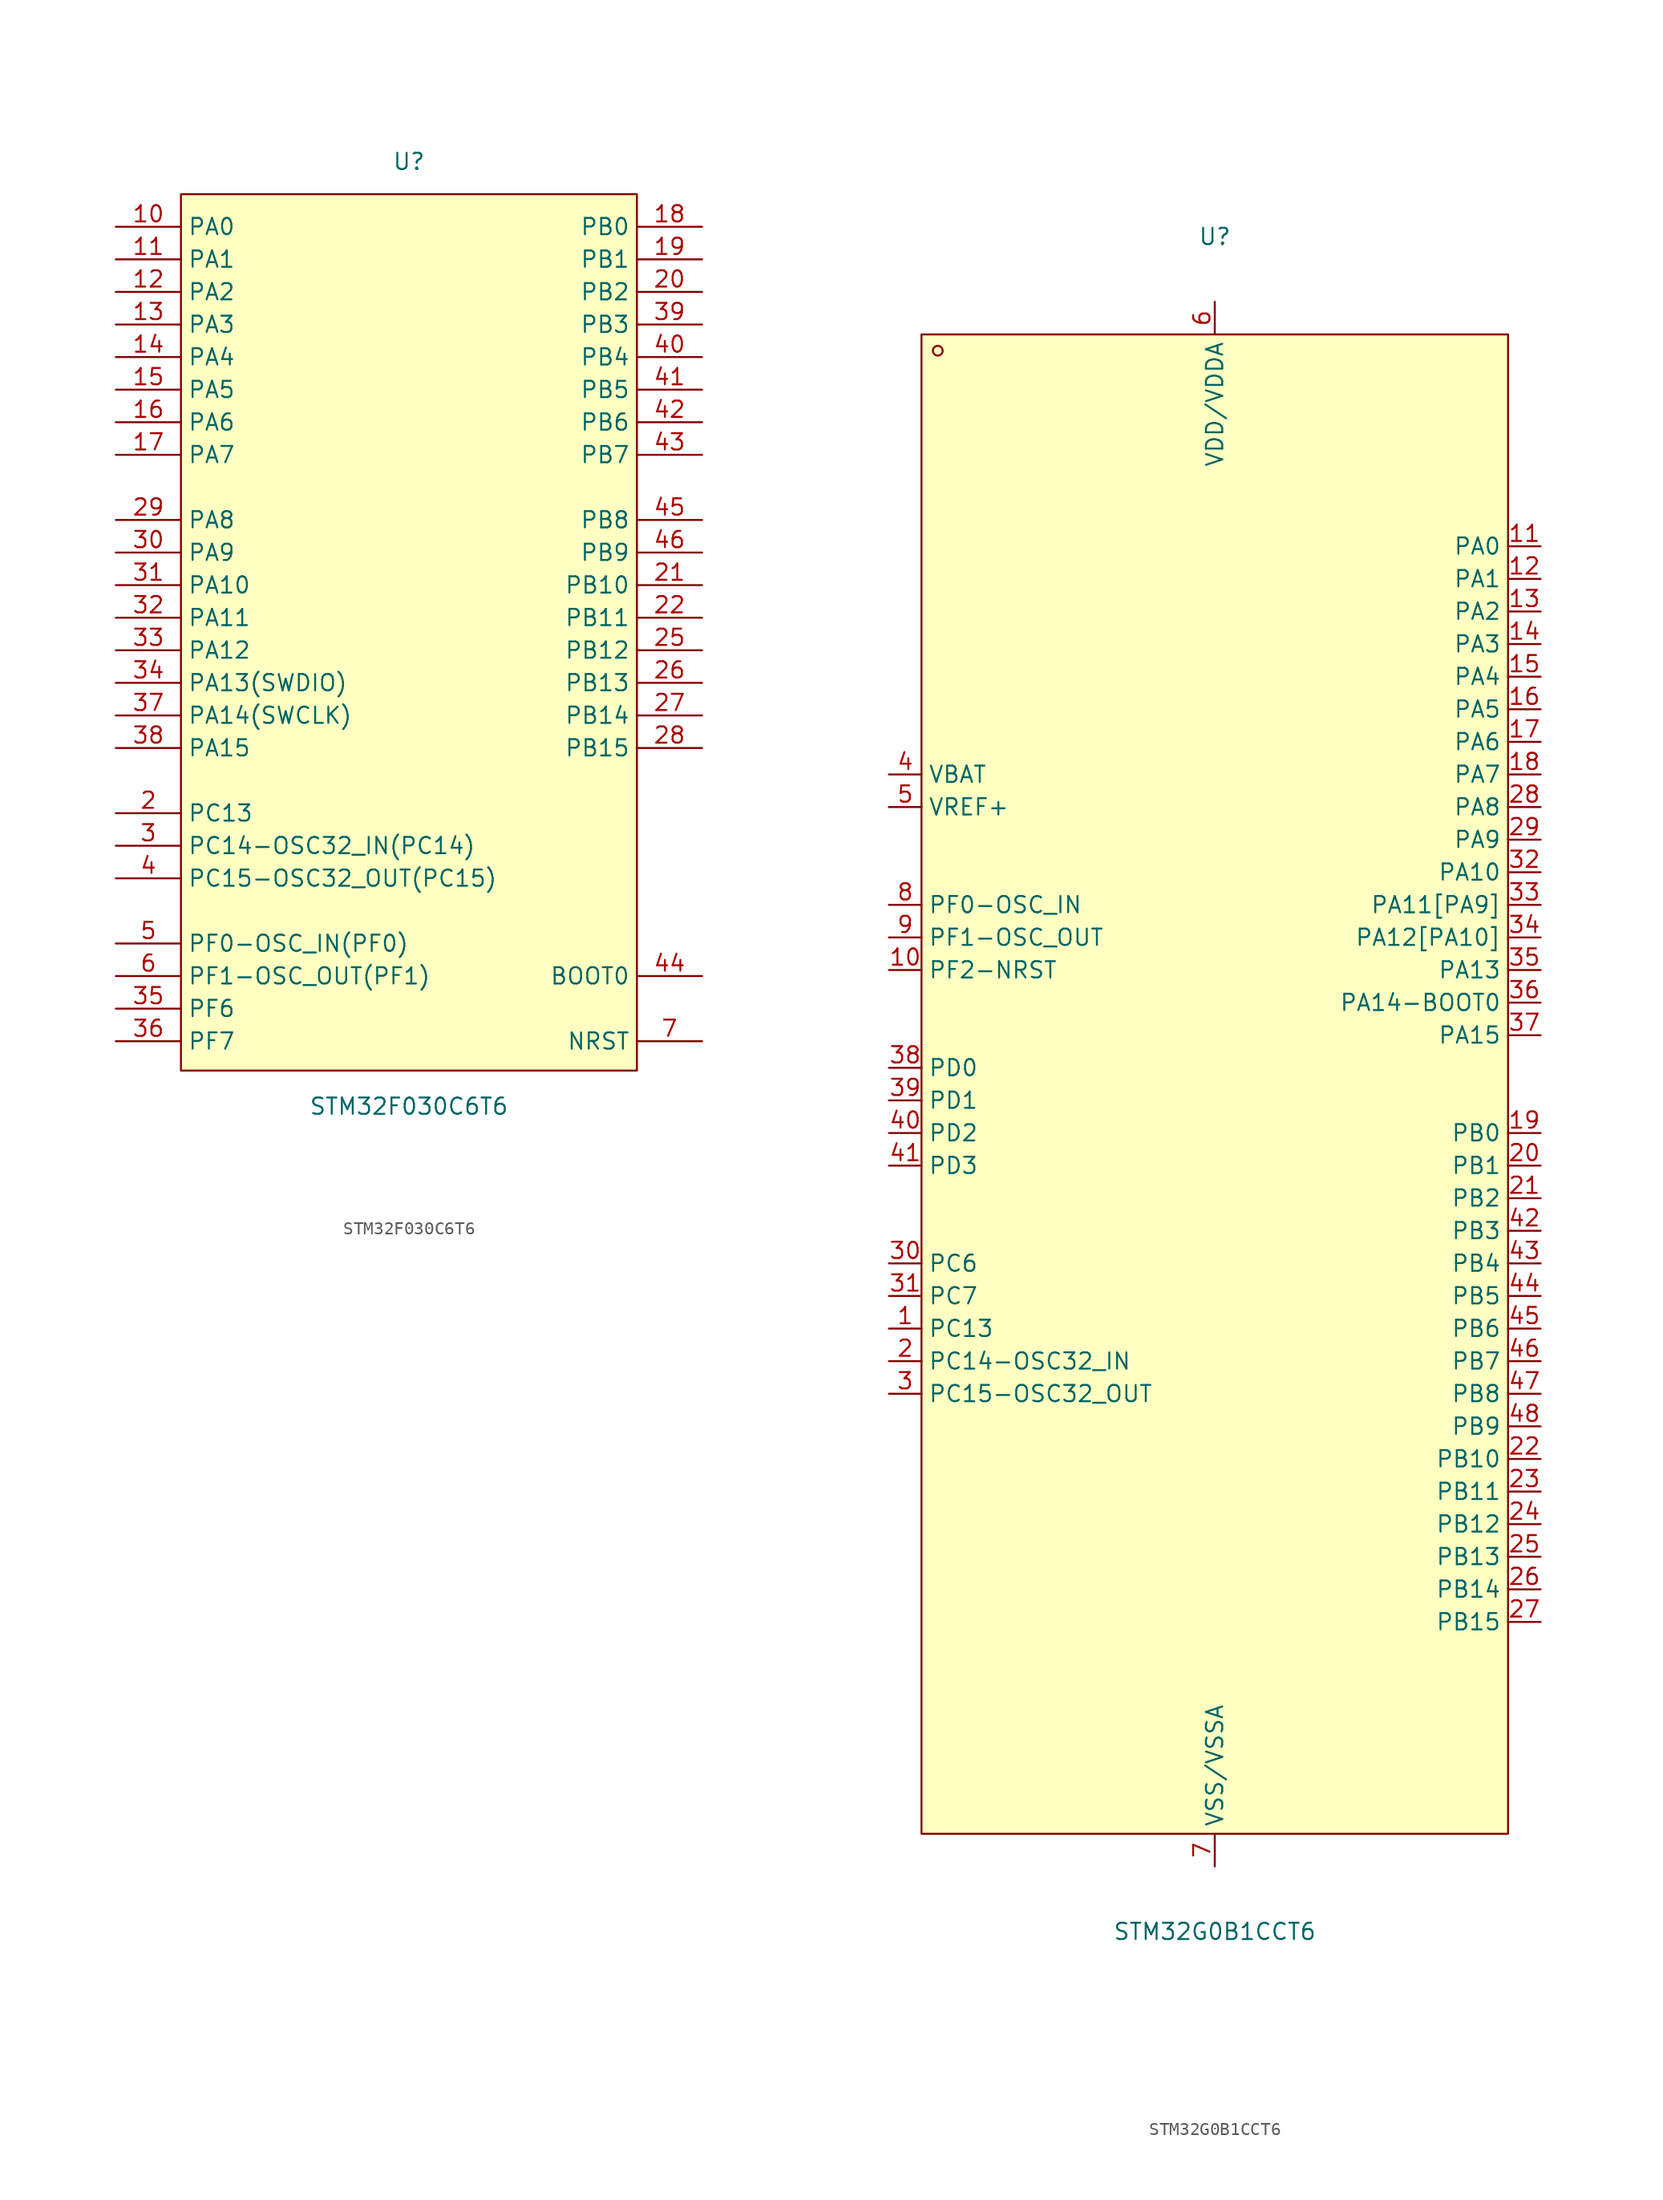
<source format=kicad_sym>
(kicad_symbol_lib
  (version 20211014)
  (generator https://github.com/uPesy/easyeda2kicad.py)
  (symbol "STM32F030C6T6"
    (property "Reference" "U"
      (at 0 36.83 0)
      (effects (font (size 1.27 1.27))))
    (property "Value" "STM32F030C6T6"
      (at 0 -36.83 0)
      (effects (font (size 1.27 1.27))))
    (symbol "STM32F030C6T6_0_1"
      (rectangle (start -17.78 34.29) (end 17.78 -34.04) (stroke (width 0) (type default) (color 0 0 0 0)) (fill (type background)))
      (pin bidirectional line (at -22.86 31.75 0) (length 5.08) (name "PA0" (effects (font (size 1.27 1.27)))) (number "10" (effects (font (size 1.27 1.27)))))
      (pin bidirectional line (at -22.86 29.21 0) (length 5.08) (name "PA1" (effects (font (size 1.27 1.27)))) (number "11" (effects (font (size 1.27 1.27)))))
      (pin bidirectional line (at -22.86 26.67 0) (length 5.08) (name "PA2" (effects (font (size 1.27 1.27)))) (number "12" (effects (font (size 1.27 1.27)))))
      (pin bidirectional line (at -22.86 24.13 0) (length 5.08) (name "PA3" (effects (font (size 1.27 1.27)))) (number "13" (effects (font (size 1.27 1.27)))))
      (pin bidirectional line (at -22.86 21.59 0) (length 5.08) (name "PA4" (effects (font (size 1.27 1.27)))) (number "14" (effects (font (size 1.27 1.27)))))
      (pin bidirectional line (at -22.86 19.05 0) (length 5.08) (name "PA5" (effects (font (size 1.27 1.27)))) (number "15" (effects (font (size 1.27 1.27)))))
      (pin bidirectional line (at -22.86 16.51 0) (length 5.08) (name "PA6" (effects (font (size 1.27 1.27)))) (number "16" (effects (font (size 1.27 1.27)))))
      (pin bidirectional line (at -22.86 13.97 0) (length 5.08) (name "PA7" (effects (font (size 1.27 1.27)))) (number "17" (effects (font (size 1.27 1.27)))))
      (pin bidirectional line (at -22.86 8.89 0) (length 5.08) (name "PA8" (effects (font (size 1.27 1.27)))) (number "29" (effects (font (size 1.27 1.27)))))
      (pin bidirectional line (at -22.86 6.35 0) (length 5.08) (name "PA9" (effects (font (size 1.27 1.27)))) (number "30" (effects (font (size 1.27 1.27)))))
      (pin bidirectional line (at -22.86 3.81 0) (length 5.08) (name "PA10" (effects (font (size 1.27 1.27)))) (number "31" (effects (font (size 1.27 1.27)))))
      (pin bidirectional line (at -22.86 1.27 0) (length 5.08) (name "PA11" (effects (font (size 1.27 1.27)))) (number "32" (effects (font (size 1.27 1.27)))))
      (pin bidirectional line (at -22.86 -1.27 0) (length 5.08) (name "PA12" (effects (font (size 1.27 1.27)))) (number "33" (effects (font (size 1.27 1.27)))))
      (pin bidirectional line (at -22.86 -3.81 0) (length 5.08) (name "PA13(SWDIO)" (effects (font (size 1.27 1.27)))) (number "34" (effects (font (size 1.27 1.27)))))
      (pin bidirectional line (at -22.86 -6.35 0) (length 5.08) (name "PA14(SWCLK)" (effects (font (size 1.27 1.27)))) (number "37" (effects (font (size 1.27 1.27)))))
      (pin bidirectional line (at -22.86 -8.89 0) (length 5.08) (name "PA15" (effects (font (size 1.27 1.27)))) (number "38" (effects (font (size 1.27 1.27)))))
      (pin bidirectional line (at 22.86 31.75 180) (length 5.08) (name "PB0" (effects (font (size 1.27 1.27)))) (number "18" (effects (font (size 1.27 1.27)))))
      (pin bidirectional line (at 22.86 29.21 180) (length 5.08) (name "PB1" (effects (font (size 1.27 1.27)))) (number "19" (effects (font (size 1.27 1.27)))))
      (pin bidirectional line (at 22.86 26.67 180) (length 5.08) (name "PB2" (effects (font (size 1.27 1.27)))) (number "20" (effects (font (size 1.27 1.27)))))
      (pin bidirectional line (at 22.86 24.13 180) (length 5.08) (name "PB3" (effects (font (size 1.27 1.27)))) (number "39" (effects (font (size 1.27 1.27)))))
      (pin bidirectional line (at 22.86 21.59 180) (length 5.08) (name "PB4" (effects (font (size 1.27 1.27)))) (number "40" (effects (font (size 1.27 1.27)))))
      (pin bidirectional line (at 22.86 19.05 180) (length 5.08) (name "PB5" (effects (font (size 1.27 1.27)))) (number "41" (effects (font (size 1.27 1.27)))))
      (pin bidirectional line (at 22.86 16.51 180) (length 5.08) (name "PB6" (effects (font (size 1.27 1.27)))) (number "42" (effects (font (size 1.27 1.27)))))
      (pin bidirectional line (at 22.86 13.97 180) (length 5.08) (name "PB7" (effects (font (size 1.27 1.27)))) (number "43" (effects (font (size 1.27 1.27)))))
      (pin bidirectional line (at 22.86 8.89 180) (length 5.08) (name "PB8" (effects (font (size 1.27 1.27)))) (number "45" (effects (font (size 1.27 1.27)))))
      (pin bidirectional line (at 22.86 6.35 180) (length 5.08) (name "PB9" (effects (font (size 1.27 1.27)))) (number "46" (effects (font (size 1.27 1.27)))))
      (pin bidirectional line (at 22.86 3.81 180) (length 5.08) (name "PB10" (effects (font (size 1.27 1.27)))) (number "21" (effects (font (size 1.27 1.27)))))
      (pin bidirectional line (at 22.86 1.27 180) (length 5.08) (name "PB11" (effects (font (size 1.27 1.27)))) (number "22" (effects (font (size 1.27 1.27)))))
      (pin bidirectional line (at 22.86 -1.27 180) (length 5.08) (name "PB12" (effects (font (size 1.27 1.27)))) (number "25" (effects (font (size 1.27 1.27)))))
      (pin bidirectional line (at 22.86 -3.81 180) (length 5.08) (name "PB13" (effects (font (size 1.27 1.27)))) (number "26" (effects (font (size 1.27 1.27)))))
      (pin bidirectional line (at 22.86 -6.35 180) (length 5.08) (name "PB14" (effects (font (size 1.27 1.27)))) (number "27" (effects (font (size 1.27 1.27)))))
      (pin bidirectional line (at 22.86 -8.89 180) (length 5.08) (name "PB15" (effects (font (size 1.27 1.27)))) (number "28" (effects (font (size 1.27 1.27)))))
      (pin bidirectional line (at -22.86 -13.97 0) (length 5.08) (name "PC13" (effects (font (size 1.27 1.27)))) (number "2" (effects (font (size 1.27 1.27)))))
      (pin bidirectional line (at -22.86 -16.51 0) (length 5.08) (name "PC14-OSC32_IN(PC14)" (effects (font (size 1.27 1.27)))) (number "3" (effects (font (size 1.27 1.27)))))
      (pin bidirectional line (at -22.86 -19.05 0) (length 5.08) (name "PC15-OSC32_OUT(PC15)" (effects (font (size 1.27 1.27)))) (number "4" (effects (font (size 1.27 1.27)))))
      (pin unspecified line (at 22.86 -26.67 180) (length 5.08) (name "BOOT0" (effects (font (size 1.27 1.27)))) (number "44" (effects (font (size 1.27 1.27)))))
      (pin bidirectional line (at 22.86 -31.75 180) (length 5.08) (name "NRST" (effects (font (size 1.27 1.27)))) (number "7" (effects (font (size 1.27 1.27)))))
      (pin bidirectional line (at -22.86 -24.13 0) (length 5.08) (name "PF0-OSC_IN(PF0)" (effects (font (size 1.27 1.27)))) (number "5" (effects (font (size 1.27 1.27)))))
      (pin bidirectional line (at -22.86 -26.67 0) (length 5.08) (name "PF1-OSC_OUT(PF1)" (effects (font (size 1.27 1.27)))) (number "6" (effects (font (size 1.27 1.27)))))
      (pin bidirectional line (at -22.86 -29.21 0) (length 5.08) (name "PF6" (effects (font (size 1.27 1.27)))) (number "35" (effects (font (size 1.27 1.27)))))
      (pin bidirectional line (at -22.86 -31.75 0) (length 5.08) (name "PF7" (effects (font (size 1.27 1.27)))) (number "36" (effects (font (size 1.27 1.27)))))))
  (symbol "STM32G0B1CCT6"
    (property "Reference" "U"
      (at 0 66.04 0)
      (effects (font (size 1.27 1.27))))
    (property "Value" "STM32G0B1CCT6"
      (at 0 -66.04 0)
      (effects (font (size 1.27 1.27))))
    (symbol "STM32G0B1CCT6_0_1"
      (rectangle (start -22.86 58.42) (end 22.86 -58.42) (stroke (width 0) (type default) (color 0 0 0 0)) (fill (type background)))
      (circle (center -21.59 57.15) (radius 0.38) (stroke (width 0) (type default) (color 0 0 0 0)) (fill (type none)))
      (pin unspecified line (at -25.40 24.13 0) (length 2.54) (name "VBAT" (effects (font (size 1.27 1.27)))) (number "4" (effects (font (size 1.27 1.27)))))
      (pin unspecified line (at -25.40 21.59 0) (length 2.54) (name "VREF+" (effects (font (size 1.27 1.27)))) (number "5" (effects (font (size 1.27 1.27)))))
      (pin unspecified line (at -25.40 13.97 0) (length 2.54) (name "PF0-OSC_IN" (effects (font (size 1.27 1.27)))) (number "8" (effects (font (size 1.27 1.27)))))
      (pin unspecified line (at -25.40 11.43 0) (length 2.54) (name "PF1-OSC_OUT" (effects (font (size 1.27 1.27)))) (number "9" (effects (font (size 1.27 1.27)))))
      (pin unspecified line (at -25.40 8.89 0) (length 2.54) (name "PF2-NRST" (effects (font (size 1.27 1.27)))) (number "10" (effects (font (size 1.27 1.27)))))
      (pin unspecified line (at -25.40 1.27 0) (length 2.54) (name "PD0" (effects (font (size 1.27 1.27)))) (number "38" (effects (font (size 1.27 1.27)))))
      (pin unspecified line (at -25.40 -1.27 0) (length 2.54) (name "PD1" (effects (font (size 1.27 1.27)))) (number "39" (effects (font (size 1.27 1.27)))))
      (pin unspecified line (at -25.40 -3.81 0) (length 2.54) (name "PD2" (effects (font (size 1.27 1.27)))) (number "40" (effects (font (size 1.27 1.27)))))
      (pin unspecified line (at -25.40 -6.35 0) (length 2.54) (name "PD3" (effects (font (size 1.27 1.27)))) (number "41" (effects (font (size 1.27 1.27)))))
      (pin unspecified line (at -25.40 -13.97 0) (length 2.54) (name "PC6" (effects (font (size 1.27 1.27)))) (number "30" (effects (font (size 1.27 1.27)))))
      (pin unspecified line (at -25.40 -16.51 0) (length 2.54) (name "PC7" (effects (font (size 1.27 1.27)))) (number "31" (effects (font (size 1.27 1.27)))))
      (pin unspecified line (at -25.40 -19.05 0) (length 2.54) (name "PC13" (effects (font (size 1.27 1.27)))) (number "1" (effects (font (size 1.27 1.27)))))
      (pin unspecified line (at -25.40 -21.59 0) (length 2.54) (name "PC14-OSC32_IN" (effects (font (size 1.27 1.27)))) (number "2" (effects (font (size 1.27 1.27)))))
      (pin unspecified line (at -25.40 -24.13 0) (length 2.54) (name "PC15-OSC32_OUT" (effects (font (size 1.27 1.27)))) (number "3" (effects (font (size 1.27 1.27)))))
      (pin unspecified line (at 25.40 -41.91 180) (length 2.54) (name "PB15" (effects (font (size 1.27 1.27)))) (number "27" (effects (font (size 1.27 1.27)))))
      (pin unspecified line (at 25.40 -39.37 180) (length 2.54) (name "PB14" (effects (font (size 1.27 1.27)))) (number "26" (effects (font (size 1.27 1.27)))))
      (pin unspecified line (at 25.40 -36.83 180) (length 2.54) (name "PB13" (effects (font (size 1.27 1.27)))) (number "25" (effects (font (size 1.27 1.27)))))
      (pin unspecified line (at 25.40 -34.29 180) (length 2.54) (name "PB12" (effects (font (size 1.27 1.27)))) (number "24" (effects (font (size 1.27 1.27)))))
      (pin unspecified line (at 25.40 -31.75 180) (length 2.54) (name "PB11" (effects (font (size 1.27 1.27)))) (number "23" (effects (font (size 1.27 1.27)))))
      (pin unspecified line (at 25.40 -29.21 180) (length 2.54) (name "PB10" (effects (font (size 1.27 1.27)))) (number "22" (effects (font (size 1.27 1.27)))))
      (pin unspecified line (at 25.40 -26.67 180) (length 2.54) (name "PB9" (effects (font (size 1.27 1.27)))) (number "48" (effects (font (size 1.27 1.27)))))
      (pin unspecified line (at 25.40 -24.13 180) (length 2.54) (name "PB8" (effects (font (size 1.27 1.27)))) (number "47" (effects (font (size 1.27 1.27)))))
      (pin unspecified line (at 25.40 -21.59 180) (length 2.54) (name "PB7" (effects (font (size 1.27 1.27)))) (number "46" (effects (font (size 1.27 1.27)))))
      (pin unspecified line (at 25.40 -19.05 180) (length 2.54) (name "PB6" (effects (font (size 1.27 1.27)))) (number "45" (effects (font (size 1.27 1.27)))))
      (pin unspecified line (at 25.40 -16.51 180) (length 2.54) (name "PB5" (effects (font (size 1.27 1.27)))) (number "44" (effects (font (size 1.27 1.27)))))
      (pin unspecified line (at 25.40 -13.97 180) (length 2.54) (name "PB4" (effects (font (size 1.27 1.27)))) (number "43" (effects (font (size 1.27 1.27)))))
      (pin unspecified line (at 25.40 -11.43 180) (length 2.54) (name "PB3" (effects (font (size 1.27 1.27)))) (number "42" (effects (font (size 1.27 1.27)))))
      (pin unspecified line (at 25.40 -8.89 180) (length 2.54) (name "PB2" (effects (font (size 1.27 1.27)))) (number "21" (effects (font (size 1.27 1.27)))))
      (pin unspecified line (at 25.40 -6.35 180) (length 2.54) (name "PB1" (effects (font (size 1.27 1.27)))) (number "20" (effects (font (size 1.27 1.27)))))
      (pin unspecified line (at 25.40 -3.81 180) (length 2.54) (name "PB0" (effects (font (size 1.27 1.27)))) (number "19" (effects (font (size 1.27 1.27)))))
      (pin unspecified line (at 25.40 3.81 180) (length 2.54) (name "PA15" (effects (font (size 1.27 1.27)))) (number "37" (effects (font (size 1.27 1.27)))))
      (pin unspecified line (at 25.40 6.35 180) (length 2.54) (name "PA14-BOOT0" (effects (font (size 1.27 1.27)))) (number "36" (effects (font (size 1.27 1.27)))))
      (pin unspecified line (at 25.40 8.89 180) (length 2.54) (name "PA13" (effects (font (size 1.27 1.27)))) (number "35" (effects (font (size 1.27 1.27)))))
      (pin unspecified line (at 25.40 11.43 180) (length 2.54) (name "PA12[PA10]" (effects (font (size 1.27 1.27)))) (number "34" (effects (font (size 1.27 1.27)))))
      (pin unspecified line (at 25.40 13.97 180) (length 2.54) (name "PA11[PA9]" (effects (font (size 1.27 1.27)))) (number "33" (effects (font (size 1.27 1.27)))))
      (pin unspecified line (at 25.40 16.51 180) (length 2.54) (name "PA10" (effects (font (size 1.27 1.27)))) (number "32" (effects (font (size 1.27 1.27)))))
      (pin unspecified line (at 25.40 19.05 180) (length 2.54) (name "PA9" (effects (font (size 1.27 1.27)))) (number "29" (effects (font (size 1.27 1.27)))))
      (pin unspecified line (at 25.40 21.59 180) (length 2.54) (name "PA8" (effects (font (size 1.27 1.27)))) (number "28" (effects (font (size 1.27 1.27)))))
      (pin unspecified line (at 25.40 24.13 180) (length 2.54) (name "PA7" (effects (font (size 1.27 1.27)))) (number "18" (effects (font (size 1.27 1.27)))))
      (pin unspecified line (at 25.40 26.67 180) (length 2.54) (name "PA6" (effects (font (size 1.27 1.27)))) (number "17" (effects (font (size 1.27 1.27)))))
      (pin unspecified line (at 25.40 29.21 180) (length 2.54) (name "PA5" (effects (font (size 1.27 1.27)))) (number "16" (effects (font (size 1.27 1.27)))))
      (pin unspecified line (at 25.40 31.75 180) (length 2.54) (name "PA4" (effects (font (size 1.27 1.27)))) (number "15" (effects (font (size 1.27 1.27)))))
      (pin unspecified line (at 25.40 34.29 180) (length 2.54) (name "PA3" (effects (font (size 1.27 1.27)))) (number "14" (effects (font (size 1.27 1.27)))))
      (pin unspecified line (at 25.40 36.83 180) (length 2.54) (name "PA2" (effects (font (size 1.27 1.27)))) (number "13" (effects (font (size 1.27 1.27)))))
      (pin unspecified line (at 25.40 39.37 180) (length 2.54) (name "PA1" (effects (font (size 1.27 1.27)))) (number "12" (effects (font (size 1.27 1.27)))))
      (pin unspecified line (at 25.40 41.91 180) (length 2.54) (name "PA0" (effects (font (size 1.27 1.27)))) (number "11" (effects (font (size 1.27 1.27)))))
      (pin unspecified line (at 0.00 -60.96 90) (length 2.54) (name "VSS/VSSA" (effects (font (size 1.27 1.27)))) (number "7" (effects (font (size 1.27 1.27)))))
      (pin unspecified line (at 0.00 60.96 270) (length 2.54) (name "VDD/VDDA" (effects (font (size 1.27 1.27)))) (number "6" (effects (font (size 1.27 1.27))))))))
</source>
